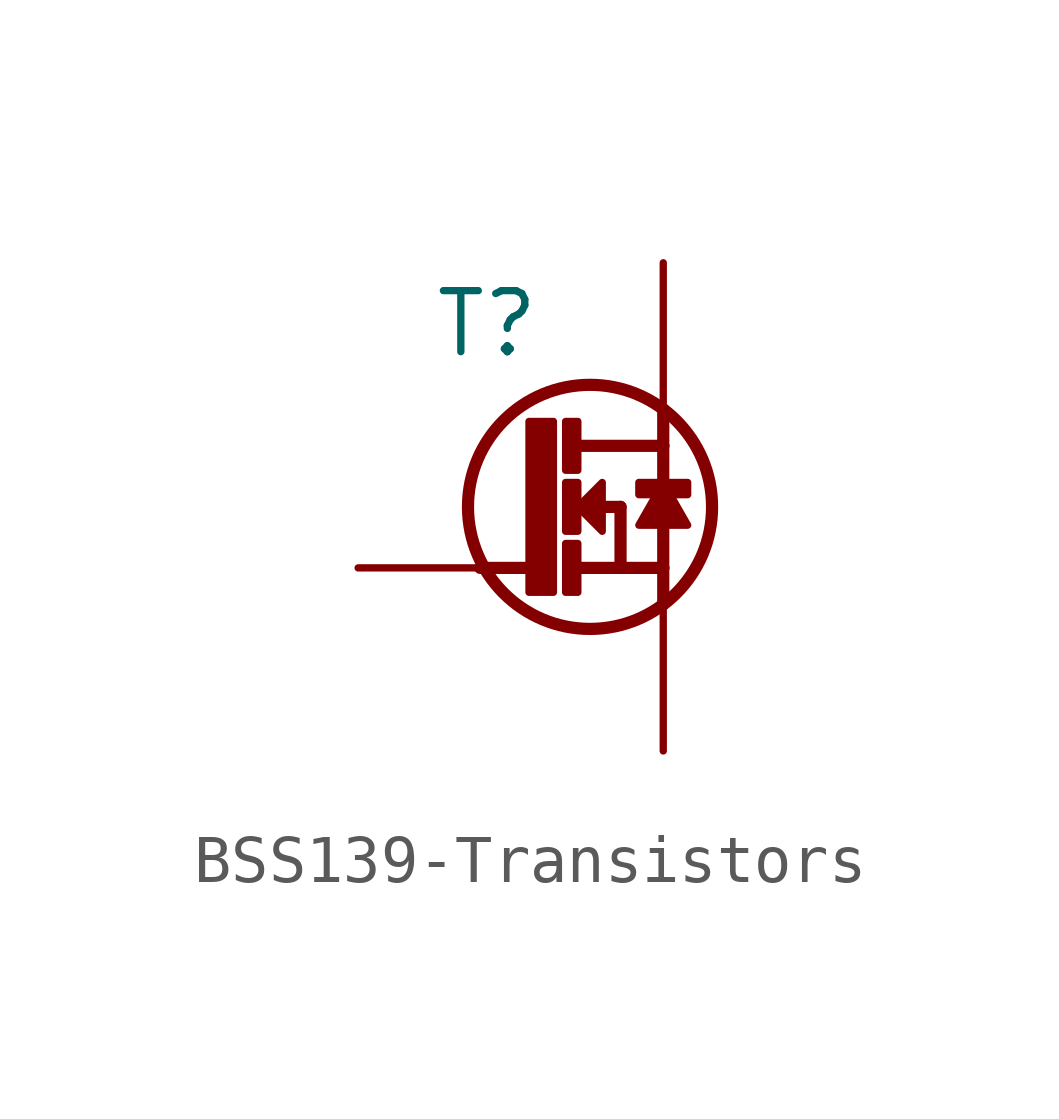
<source format=kicad_sym>
(kicad_symbol_lib
  (version 20200126)
  (host kicad_symbol_editor "(5.99.0-2809-gaceed2b0a4)")
  (symbol "LCD_Board-rescue:BSS139-Transistors"
    (pin_names
      (offset 1.27))
    (property "Reference" "T"
      (at 3.81 5.08 0)
      (effects (font (size 1.27 1.27)) (justify right)))
    (property "ki_locked" ""
      (at 0 0 0)
      (effects (font (size 1.27 1.27))))
    (symbol "BSS139-Transistors_0_1"
      (circle (center 4.826 1.27) (radius 2.54) (stroke (width 0.254)) (fill (type none)))
      (text "D" (at 5.08 5.334 0) (effects (font (size 0.635 0.635)) (justify left top) hide))
      (text "G" (at 0.762 0 0) (effects (font (size 0.635 0.635)) (justify left bottom) hide))
      (text "S" (at 5.08 -2.794 0) (effects (font (size 0.635 0.635)) (justify left bottom) hide))
      (rectangle (start 4.318 -0.508) (end 4.572 0.508) (stroke (width 0)) (fill (type outline)))
      (rectangle (start 4.318 0.762) (end 4.572 1.778) (stroke (width 0)) (fill (type outline)))
      (rectangle (start 4.318 2.032) (end 4.572 3.048) (stroke (width 0)) (fill (type outline)))
      (rectangle (start 5.842 1.524) (end 6.858 1.778) (stroke (width 0)) (fill (type outline)))
      (polyline (pts (xy 3.556 0) (xy 2.54 0)) (stroke (width 0.254)) (fill (type none)))
      (polyline (pts (xy 4.445 1.27) (xy 5.461 1.27)) (stroke (width 0.254)) (fill (type none)))
      (polyline (pts (xy 4.572 0) (xy 6.35 0)) (stroke (width 0.254)) (fill (type none)))
      (polyline (pts (xy 4.572 2.54) (xy 6.35 2.54)) (stroke (width 0.254)) (fill (type none)))
      (polyline (pts (xy 5.461 1.27) (xy 5.461 0)) (stroke (width 0.254)) (fill (type none)))
      (polyline (pts (xy 6.35 0) (xy 6.35 -0.762)) (stroke (width 0.254)) (fill (type none)))
      (polyline (pts (xy 6.35 2.54) (xy 6.35 0)) (stroke (width 0.254)) (fill (type none)))
      (polyline (pts (xy 6.35 3.302) (xy 6.35 2.54)) (stroke (width 0.254)) (fill (type none)))
      (polyline (pts (xy 4.572 1.27) (xy 5.08 1.778) (xy 5.08 0.762) (xy 4.572 1.27)) (stroke (width 0)) (fill (type outline)))
      (polyline (pts (xy 6.35 1.778) (xy 5.842 0.889) (xy 6.858 0.889) (xy 6.35 1.778)) (stroke (width 0)) (fill (type outline)))
      (polyline (pts (xy 3.556 -0.508) (xy 4.064 -0.508) (xy 4.064 3.048) (xy 3.556 3.048) (xy 3.556 -0.508)) (stroke (width 0)) (fill (type outline)))
      (pin passive line (at 0 0 0) (length 2.54) (name "G" (effects (font (size 0 0)))) (number "1" (effects (font (size 0 0)))))
      (pin passive line (at 6.35 -3.81 90) (length 3.048) (name "S" (effects (font (size 0 0)))) (number "2" (effects (font (size 0 0)))))
      (pin passive line (at 6.35 6.35 270) (length 3.048) (name "D" (effects (font (size 0 0)))) (number "3" (effects (font (size 0 0))))))))
</source>
